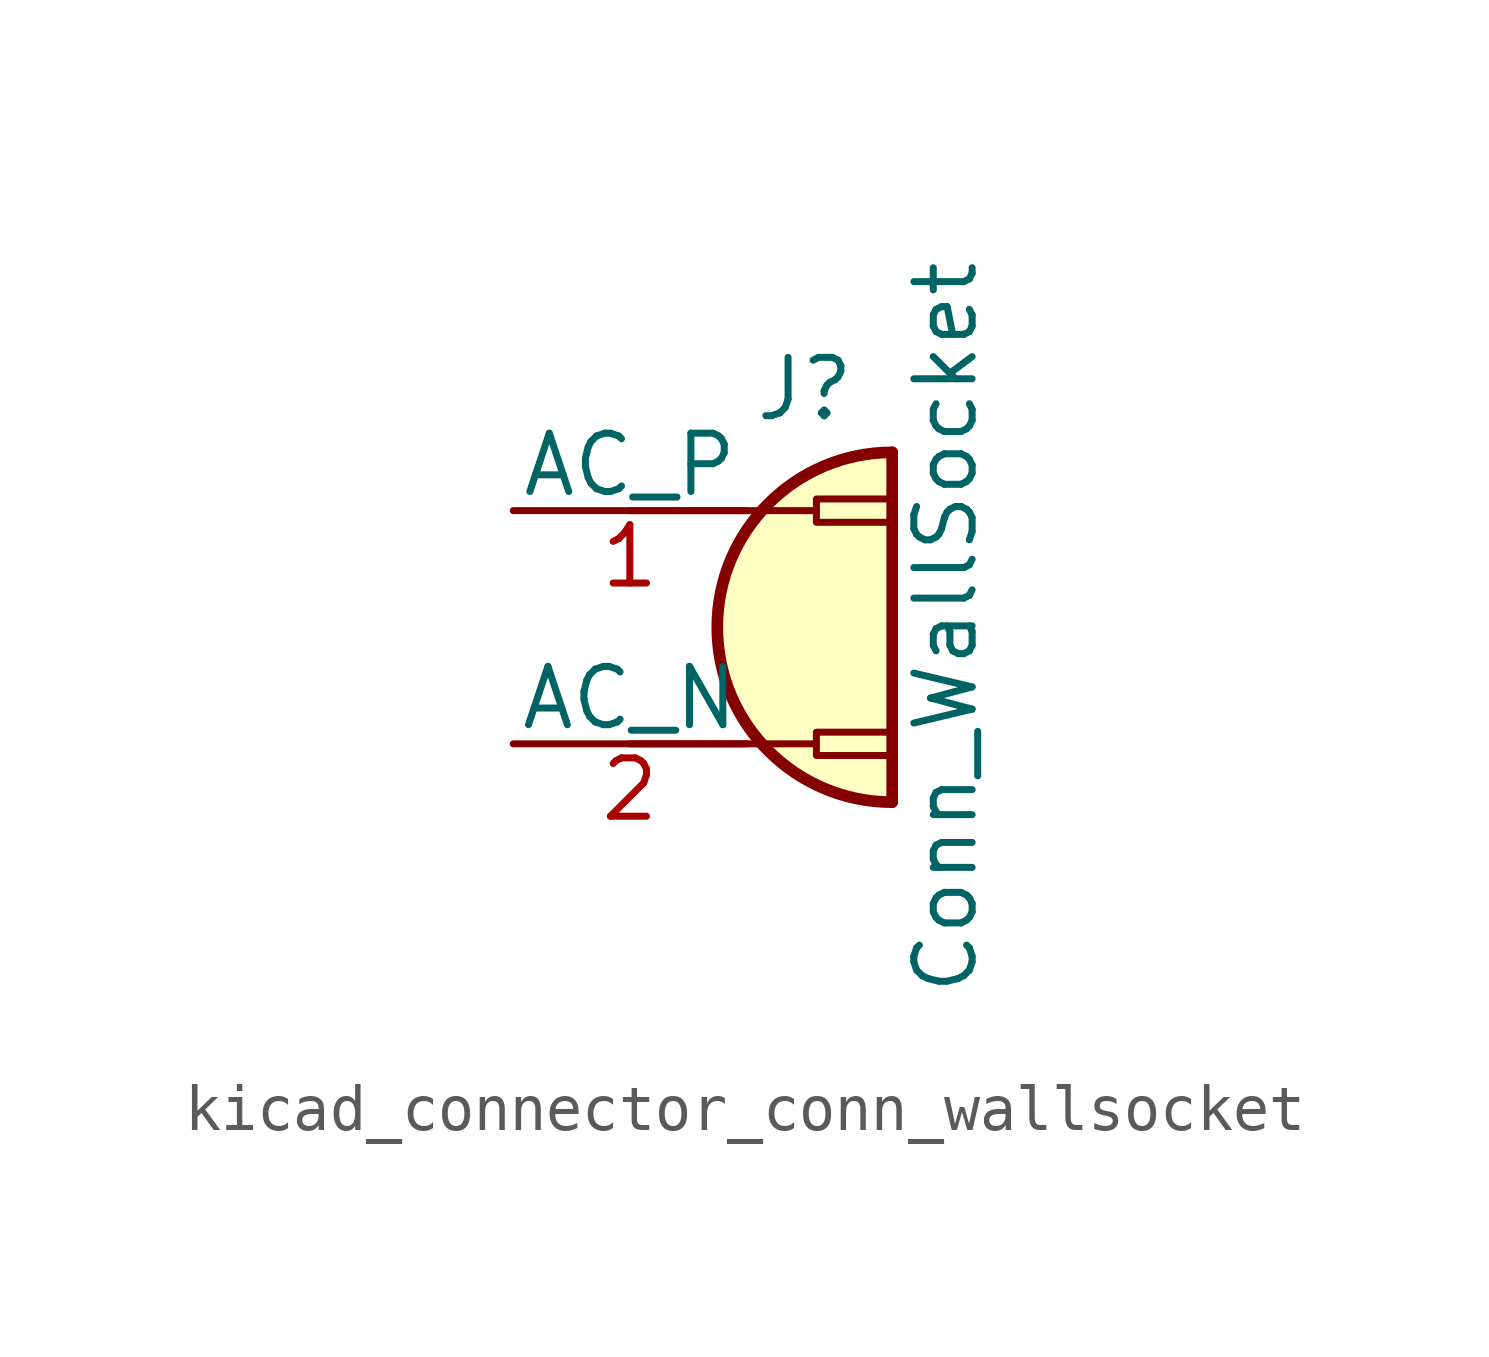
<source format=kicad_sym>
(kicad_symbol_lib
  (version 20220914)
  (generator kicad_symbol_editor)
  (symbol "kicad_connector_conn_wallsocket"
    (pin_names
      (offset 0))
    (property "Reference" "J"
      (at 1.27 4.445 0)
      (effects (font (size 1.27 1.27)) (justify bottom)))
    (property "Value" "Conn_WallSocket"
      (at 5.08 0 90)
      (effects (font (size 1.27 1.27)) (justify bottom)))
    (symbol "kicad_connector_conn_wallsocket_0_1"
      (polyline (pts (xy 1.524 -2.54) (xy -2.54 -2.54)) (stroke (width 0) (type default)) (fill (type none)))
      (polyline (pts (xy 1.524 2.54) (xy -2.54 2.54)) (stroke (width 0) (type default)) (fill (type none)))
      (polyline (pts (xy 3.175 -3.81) (xy 3.175 3.81)) (stroke (width 0.254) (type default)) (fill (type none)))
      (rectangle (start 3.175 -2.794) (end 1.524 -2.286) (stroke (width 0) (type default)) (fill (type none)))
      (rectangle (start 3.175 2.286) (end 1.524 2.794) (stroke (width 0) (type default)) (fill (type none)))
      (arc (start 3.175 3.81) (mid -0.6184 0) (end 3.175 -3.81) (stroke (width 0.254) (type default)) (fill (type background))))
    (symbol "kicad_connector_conn_wallsocket_1_1"
      (pin power_in line (at -5.08 2.54 0) (length 5.08) (name "AC_P" (effects (font (size 1.27 1.27)))) (number "1" (effects (font (size 1.27 1.27)))))
      (pin power_in line (at -5.08 -2.54 0) (length 5.08) (name "AC_N" (effects (font (size 1.27 1.27)))) (number "2" (effects (font (size 1.27 1.27))))))))
</source>
